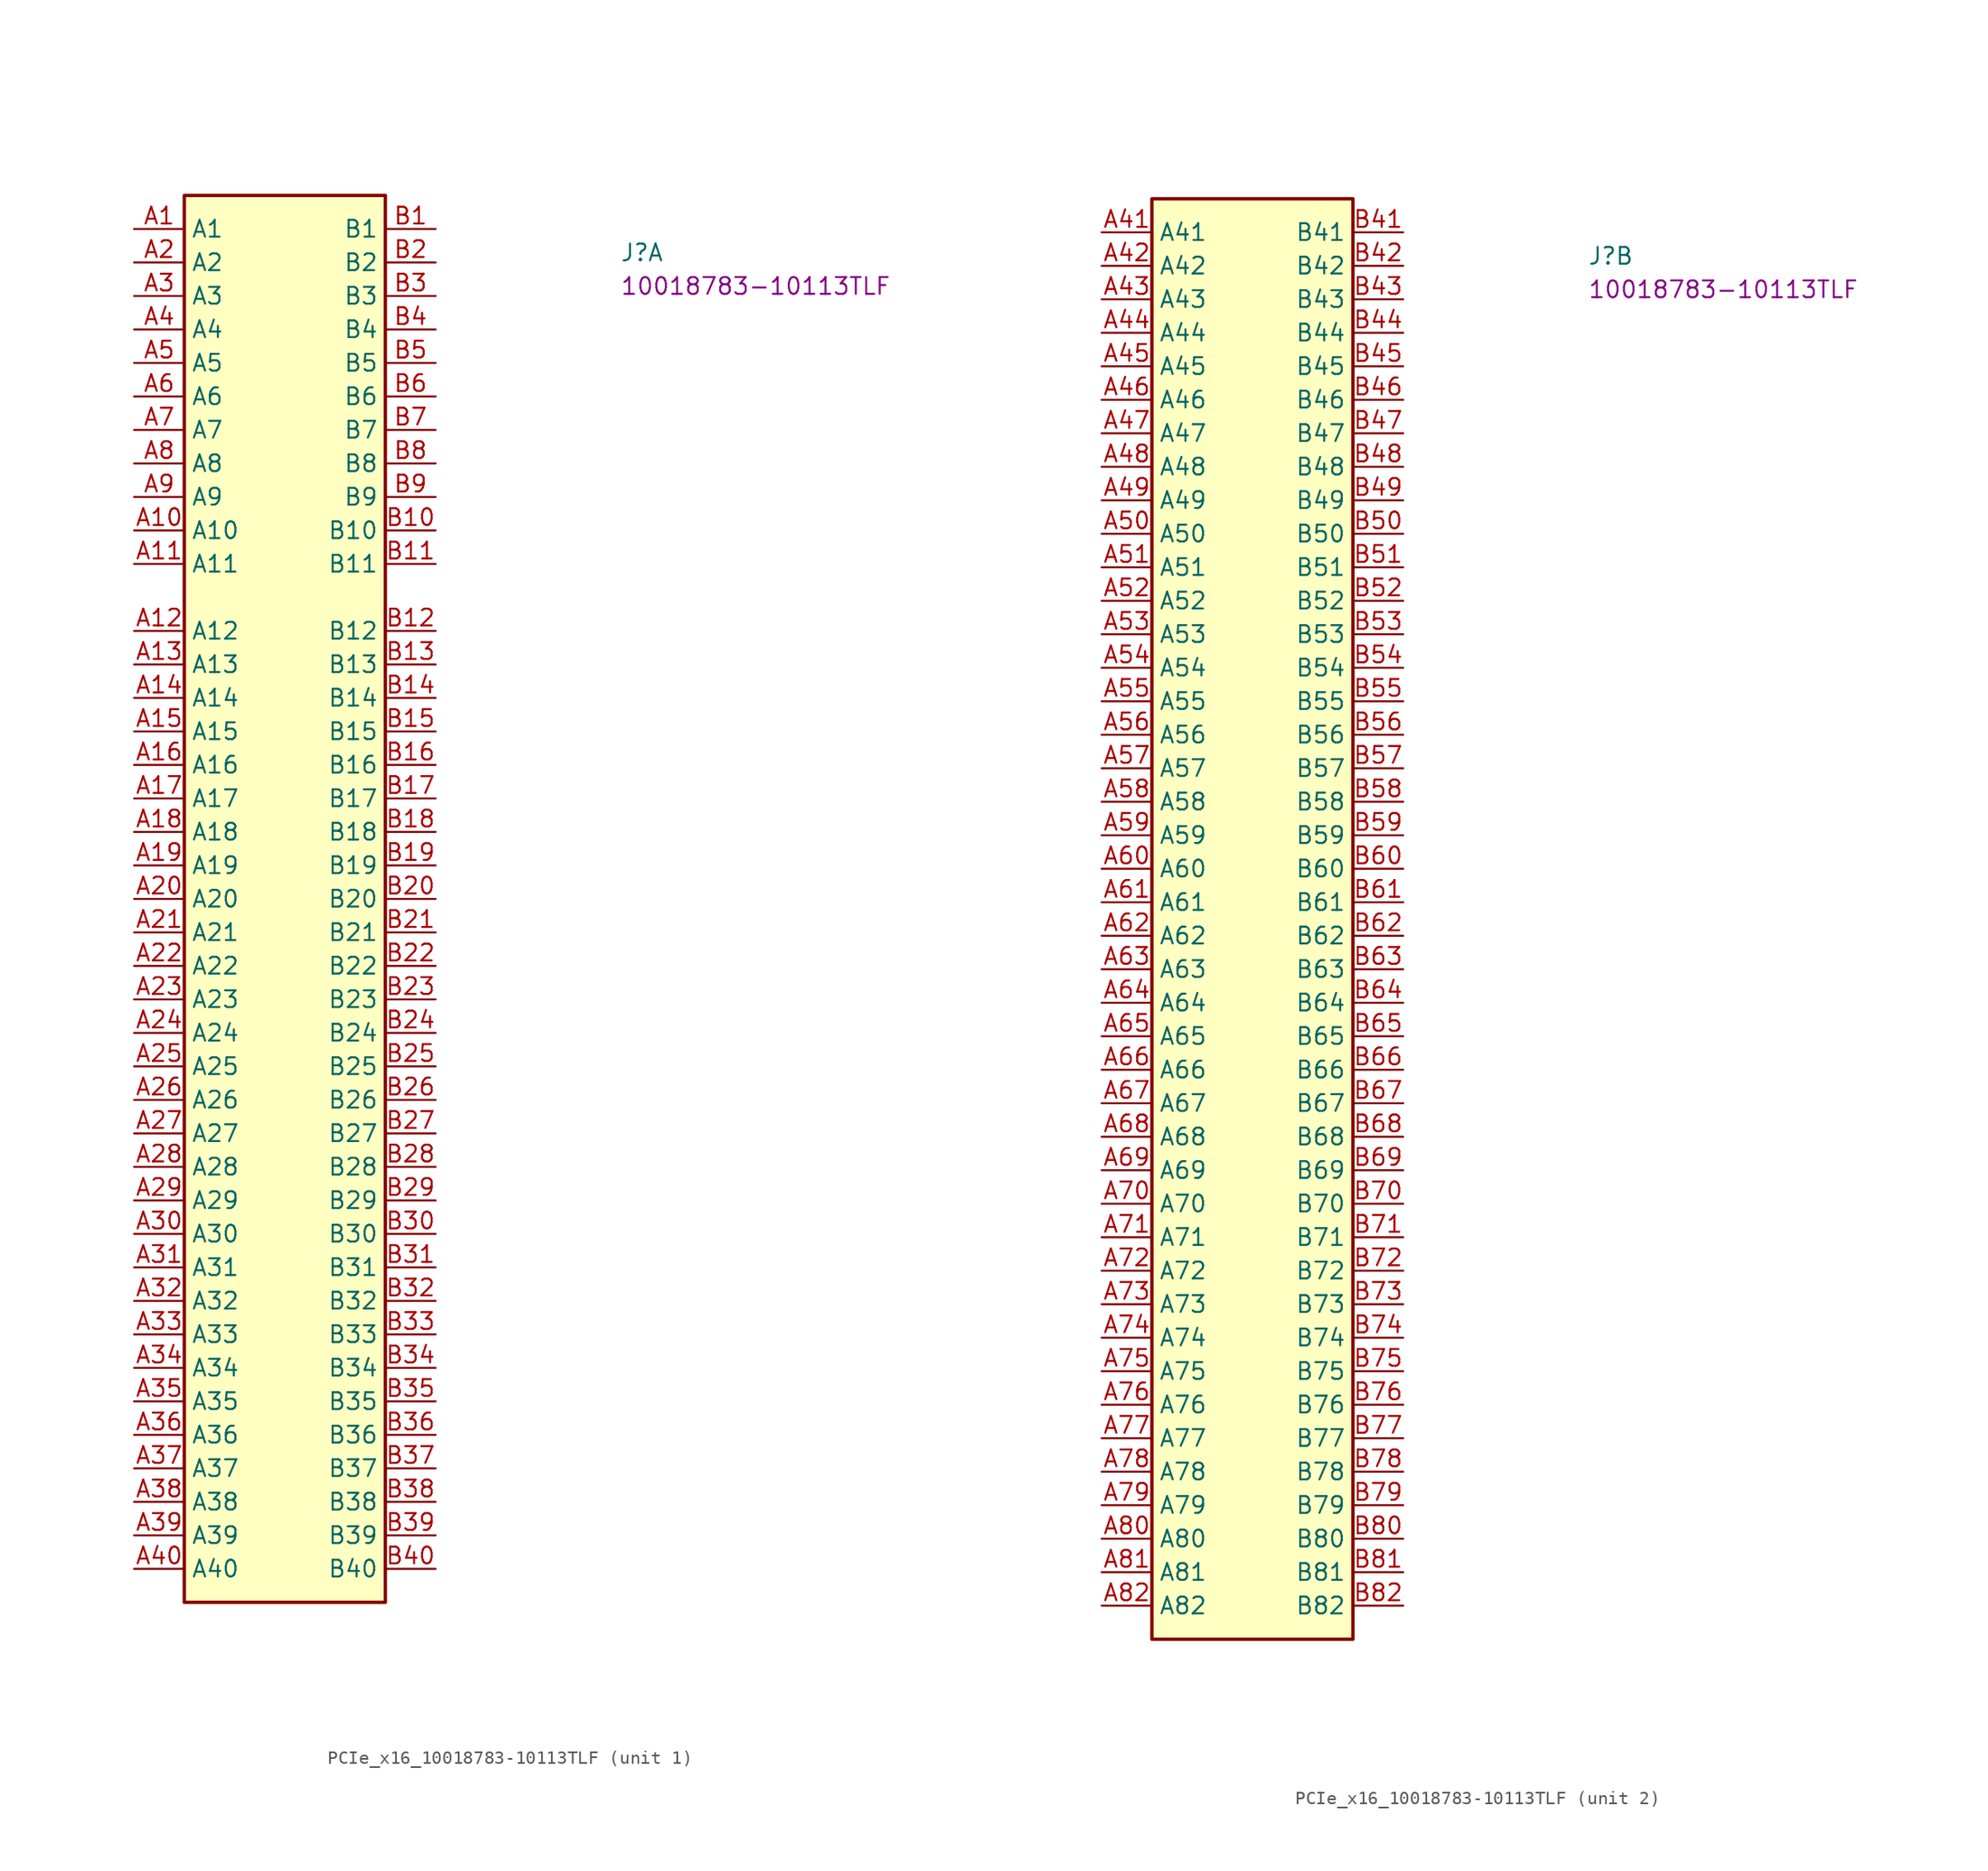
<source format=kicad_sym>
(kicad_symbol_lib
  (version 20220914)
  (generator kicad_symbol_editor)
  (symbol "PCIe_x16_10018783-10113TLF"
    (property "Reference" "J"
      (at 36.83 -2.54 0)
      (effects (font (size 1.27 1.27) (thickness 0.15)) (justify left bottom)))
    (property "MPN" "10018783-10113TLF"
      (at 36.83 -5.08 0)
      (effects (font (size 1.27 1.27) (thickness 0.15)) (justify left bottom)))
    (symbol "PCIe_x16_10018783-10113TLF_1_1"
      (rectangle (start 3.81 -104.14) (end 19.05 2.54) (stroke (width 0.254) (type default)) (fill (type background)))
      (pin passive line (at 0 0 0) (length 3.81) (name "A1" (effects (font (size 1.27 1.27)))) (number "A1" (effects (font (size 1.27 1.27)))))
      (pin passive line (at 0 -22.86 0) (length 3.81) (name "A10" (effects (font (size 1.27 1.27)))) (number "A10" (effects (font (size 1.27 1.27)))))
      (pin passive line (at 0 -25.4 0) (length 3.81) (name "A11" (effects (font (size 1.27 1.27)))) (number "A11" (effects (font (size 1.27 1.27)))))
      (pin passive line (at 0 -30.48 0) (length 3.81) (name "A12" (effects (font (size 1.27 1.27)))) (number "A12" (effects (font (size 1.27 1.27)))))
      (pin passive line (at 0 -33.02 0) (length 3.81) (name "A13" (effects (font (size 1.27 1.27)))) (number "A13" (effects (font (size 1.27 1.27)))))
      (pin passive line (at 0 -35.56 0) (length 3.81) (name "A14" (effects (font (size 1.27 1.27)))) (number "A14" (effects (font (size 1.27 1.27)))))
      (pin passive line (at 0 -38.1 0) (length 3.81) (name "A15" (effects (font (size 1.27 1.27)))) (number "A15" (effects (font (size 1.27 1.27)))))
      (pin passive line (at 0 -40.64 0) (length 3.81) (name "A16" (effects (font (size 1.27 1.27)))) (number "A16" (effects (font (size 1.27 1.27)))))
      (pin passive line (at 0 -43.18 0) (length 3.81) (name "A17" (effects (font (size 1.27 1.27)))) (number "A17" (effects (font (size 1.27 1.27)))))
      (pin passive line (at 0 -45.72 0) (length 3.81) (name "A18" (effects (font (size 1.27 1.27)))) (number "A18" (effects (font (size 1.27 1.27)))))
      (pin passive line (at 0 -48.26 0) (length 3.81) (name "A19" (effects (font (size 1.27 1.27)))) (number "A19" (effects (font (size 1.27 1.27)))))
      (pin passive line (at 0 -2.54 0) (length 3.81) (name "A2" (effects (font (size 1.27 1.27)))) (number "A2" (effects (font (size 1.27 1.27)))))
      (pin passive line (at 0 -50.8 0) (length 3.81) (name "A20" (effects (font (size 1.27 1.27)))) (number "A20" (effects (font (size 1.27 1.27)))))
      (pin passive line (at 0 -53.34 0) (length 3.81) (name "A21" (effects (font (size 1.27 1.27)))) (number "A21" (effects (font (size 1.27 1.27)))))
      (pin passive line (at 0 -55.88 0) (length 3.81) (name "A22" (effects (font (size 1.27 1.27)))) (number "A22" (effects (font (size 1.27 1.27)))))
      (pin passive line (at 0 -58.42 0) (length 3.81) (name "A23" (effects (font (size 1.27 1.27)))) (number "A23" (effects (font (size 1.27 1.27)))))
      (pin passive line (at 0 -60.96 0) (length 3.81) (name "A24" (effects (font (size 1.27 1.27)))) (number "A24" (effects (font (size 1.27 1.27)))))
      (pin passive line (at 0 -63.5 0) (length 3.81) (name "A25" (effects (font (size 1.27 1.27)))) (number "A25" (effects (font (size 1.27 1.27)))))
      (pin passive line (at 0 -66.04 0) (length 3.81) (name "A26" (effects (font (size 1.27 1.27)))) (number "A26" (effects (font (size 1.27 1.27)))))
      (pin passive line (at 0 -68.58 0) (length 3.81) (name "A27" (effects (font (size 1.27 1.27)))) (number "A27" (effects (font (size 1.27 1.27)))))
      (pin passive line (at 0 -71.12 0) (length 3.81) (name "A28" (effects (font (size 1.27 1.27)))) (number "A28" (effects (font (size 1.27 1.27)))))
      (pin passive line (at 0 -73.66 0) (length 3.81) (name "A29" (effects (font (size 1.27 1.27)))) (number "A29" (effects (font (size 1.27 1.27)))))
      (pin passive line (at 0 -5.08 0) (length 3.81) (name "A3" (effects (font (size 1.27 1.27)))) (number "A3" (effects (font (size 1.27 1.27)))))
      (pin passive line (at 0 -76.2 0) (length 3.81) (name "A30" (effects (font (size 1.27 1.27)))) (number "A30" (effects (font (size 1.27 1.27)))))
      (pin passive line (at 0 -78.74 0) (length 3.81) (name "A31" (effects (font (size 1.27 1.27)))) (number "A31" (effects (font (size 1.27 1.27)))))
      (pin passive line (at 0 -81.28 0) (length 3.81) (name "A32" (effects (font (size 1.27 1.27)))) (number "A32" (effects (font (size 1.27 1.27)))))
      (pin passive line (at 0 -83.82 0) (length 3.81) (name "A33" (effects (font (size 1.27 1.27)))) (number "A33" (effects (font (size 1.27 1.27)))))
      (pin passive line (at 0 -86.36 0) (length 3.81) (name "A34" (effects (font (size 1.27 1.27)))) (number "A34" (effects (font (size 1.27 1.27)))))
      (pin passive line (at 0 -88.9 0) (length 3.81) (name "A35" (effects (font (size 1.27 1.27)))) (number "A35" (effects (font (size 1.27 1.27)))))
      (pin passive line (at 0 -91.44 0) (length 3.81) (name "A36" (effects (font (size 1.27 1.27)))) (number "A36" (effects (font (size 1.27 1.27)))))
      (pin passive line (at 0 -93.98 0) (length 3.81) (name "A37" (effects (font (size 1.27 1.27)))) (number "A37" (effects (font (size 1.27 1.27)))))
      (pin passive line (at 0 -96.52 0) (length 3.81) (name "A38" (effects (font (size 1.27 1.27)))) (number "A38" (effects (font (size 1.27 1.27)))))
      (pin passive line (at 0 -99.06 0) (length 3.81) (name "A39" (effects (font (size 1.27 1.27)))) (number "A39" (effects (font (size 1.27 1.27)))))
      (pin passive line (at 0 -7.62 0) (length 3.81) (name "A4" (effects (font (size 1.27 1.27)))) (number "A4" (effects (font (size 1.27 1.27)))))
      (pin passive line (at 0 -101.6 0) (length 3.81) (name "A40" (effects (font (size 1.27 1.27)))) (number "A40" (effects (font (size 1.27 1.27)))))
      (pin passive line (at 0 -10.16 0) (length 3.81) (name "A5" (effects (font (size 1.27 1.27)))) (number "A5" (effects (font (size 1.27 1.27)))))
      (pin passive line (at 0 -12.7 0) (length 3.81) (name "A6" (effects (font (size 1.27 1.27)))) (number "A6" (effects (font (size 1.27 1.27)))))
      (pin passive line (at 0 -15.24 0) (length 3.81) (name "A7" (effects (font (size 1.27 1.27)))) (number "A7" (effects (font (size 1.27 1.27)))))
      (pin passive line (at 0 -17.78 0) (length 3.81) (name "A8" (effects (font (size 1.27 1.27)))) (number "A8" (effects (font (size 1.27 1.27)))))
      (pin passive line (at 0 -20.32 0) (length 3.81) (name "A9" (effects (font (size 1.27 1.27)))) (number "A9" (effects (font (size 1.27 1.27)))))
      (pin passive line (at 22.86 0 180) (length 3.81) (name "B1" (effects (font (size 1.27 1.27)))) (number "B1" (effects (font (size 1.27 1.27)))))
      (pin passive line (at 22.86 -22.86 180) (length 3.81) (name "B10" (effects (font (size 1.27 1.27)))) (number "B10" (effects (font (size 1.27 1.27)))))
      (pin passive line (at 22.86 -25.4 180) (length 3.81) (name "B11" (effects (font (size 1.27 1.27)))) (number "B11" (effects (font (size 1.27 1.27)))))
      (pin passive line (at 22.86 -30.48 180) (length 3.81) (name "B12" (effects (font (size 1.27 1.27)))) (number "B12" (effects (font (size 1.27 1.27)))))
      (pin passive line (at 22.86 -33.02 180) (length 3.81) (name "B13" (effects (font (size 1.27 1.27)))) (number "B13" (effects (font (size 1.27 1.27)))))
      (pin passive line (at 22.86 -35.56 180) (length 3.81) (name "B14" (effects (font (size 1.27 1.27)))) (number "B14" (effects (font (size 1.27 1.27)))))
      (pin passive line (at 22.86 -38.1 180) (length 3.81) (name "B15" (effects (font (size 1.27 1.27)))) (number "B15" (effects (font (size 1.27 1.27)))))
      (pin passive line (at 22.86 -40.64 180) (length 3.81) (name "B16" (effects (font (size 1.27 1.27)))) (number "B16" (effects (font (size 1.27 1.27)))))
      (pin passive line (at 22.86 -43.18 180) (length 3.81) (name "B17" (effects (font (size 1.27 1.27)))) (number "B17" (effects (font (size 1.27 1.27)))))
      (pin passive line (at 22.86 -45.72 180) (length 3.81) (name "B18" (effects (font (size 1.27 1.27)))) (number "B18" (effects (font (size 1.27 1.27)))))
      (pin passive line (at 22.86 -48.26 180) (length 3.81) (name "B19" (effects (font (size 1.27 1.27)))) (number "B19" (effects (font (size 1.27 1.27)))))
      (pin passive line (at 22.86 -2.54 180) (length 3.81) (name "B2" (effects (font (size 1.27 1.27)))) (number "B2" (effects (font (size 1.27 1.27)))))
      (pin passive line (at 22.86 -50.8 180) (length 3.81) (name "B20" (effects (font (size 1.27 1.27)))) (number "B20" (effects (font (size 1.27 1.27)))))
      (pin passive line (at 22.86 -53.34 180) (length 3.81) (name "B21" (effects (font (size 1.27 1.27)))) (number "B21" (effects (font (size 1.27 1.27)))))
      (pin passive line (at 22.86 -55.88 180) (length 3.81) (name "B22" (effects (font (size 1.27 1.27)))) (number "B22" (effects (font (size 1.27 1.27)))))
      (pin passive line (at 22.86 -58.42 180) (length 3.81) (name "B23" (effects (font (size 1.27 1.27)))) (number "B23" (effects (font (size 1.27 1.27)))))
      (pin passive line (at 22.86 -60.96 180) (length 3.81) (name "B24" (effects (font (size 1.27 1.27)))) (number "B24" (effects (font (size 1.27 1.27)))))
      (pin passive line (at 22.86 -63.5 180) (length 3.81) (name "B25" (effects (font (size 1.27 1.27)))) (number "B25" (effects (font (size 1.27 1.27)))))
      (pin passive line (at 22.86 -66.04 180) (length 3.81) (name "B26" (effects (font (size 1.27 1.27)))) (number "B26" (effects (font (size 1.27 1.27)))))
      (pin passive line (at 22.86 -68.58 180) (length 3.81) (name "B27" (effects (font (size 1.27 1.27)))) (number "B27" (effects (font (size 1.27 1.27)))))
      (pin passive line (at 22.86 -71.12 180) (length 3.81) (name "B28" (effects (font (size 1.27 1.27)))) (number "B28" (effects (font (size 1.27 1.27)))))
      (pin passive line (at 22.86 -73.66 180) (length 3.81) (name "B29" (effects (font (size 1.27 1.27)))) (number "B29" (effects (font (size 1.27 1.27)))))
      (pin passive line (at 22.86 -5.08 180) (length 3.81) (name "B3" (effects (font (size 1.27 1.27)))) (number "B3" (effects (font (size 1.27 1.27)))))
      (pin passive line (at 22.86 -76.2 180) (length 3.81) (name "B30" (effects (font (size 1.27 1.27)))) (number "B30" (effects (font (size 1.27 1.27)))))
      (pin passive line (at 22.86 -78.74 180) (length 3.81) (name "B31" (effects (font (size 1.27 1.27)))) (number "B31" (effects (font (size 1.27 1.27)))))
      (pin passive line (at 22.86 -81.28 180) (length 3.81) (name "B32" (effects (font (size 1.27 1.27)))) (number "B32" (effects (font (size 1.27 1.27)))))
      (pin passive line (at 22.86 -83.82 180) (length 3.81) (name "B33" (effects (font (size 1.27 1.27)))) (number "B33" (effects (font (size 1.27 1.27)))))
      (pin passive line (at 22.86 -86.36 180) (length 3.81) (name "B34" (effects (font (size 1.27 1.27)))) (number "B34" (effects (font (size 1.27 1.27)))))
      (pin passive line (at 22.86 -88.9 180) (length 3.81) (name "B35" (effects (font (size 1.27 1.27)))) (number "B35" (effects (font (size 1.27 1.27)))))
      (pin passive line (at 22.86 -91.44 180) (length 3.81) (name "B36" (effects (font (size 1.27 1.27)))) (number "B36" (effects (font (size 1.27 1.27)))))
      (pin passive line (at 22.86 -93.98 180) (length 3.81) (name "B37" (effects (font (size 1.27 1.27)))) (number "B37" (effects (font (size 1.27 1.27)))))
      (pin passive line (at 22.86 -96.52 180) (length 3.81) (name "B38" (effects (font (size 1.27 1.27)))) (number "B38" (effects (font (size 1.27 1.27)))))
      (pin passive line (at 22.86 -99.06 180) (length 3.81) (name "B39" (effects (font (size 1.27 1.27)))) (number "B39" (effects (font (size 1.27 1.27)))))
      (pin passive line (at 22.86 -7.62 180) (length 3.81) (name "B4" (effects (font (size 1.27 1.27)))) (number "B4" (effects (font (size 1.27 1.27)))))
      (pin passive line (at 22.86 -101.6 180) (length 3.81) (name "B40" (effects (font (size 1.27 1.27)))) (number "B40" (effects (font (size 1.27 1.27)))))
      (pin passive line (at 22.86 -10.16 180) (length 3.81) (name "B5" (effects (font (size 1.27 1.27)))) (number "B5" (effects (font (size 1.27 1.27)))))
      (pin passive line (at 22.86 -12.7 180) (length 3.81) (name "B6" (effects (font (size 1.27 1.27)))) (number "B6" (effects (font (size 1.27 1.27)))))
      (pin passive line (at 22.86 -15.24 180) (length 3.81) (name "B7" (effects (font (size 1.27 1.27)))) (number "B7" (effects (font (size 1.27 1.27)))))
      (pin passive line (at 22.86 -17.78 180) (length 3.81) (name "B8" (effects (font (size 1.27 1.27)))) (number "B8" (effects (font (size 1.27 1.27)))))
      (pin passive line (at 22.86 -20.32 180) (length 3.81) (name "B9" (effects (font (size 1.27 1.27)))) (number "B9" (effects (font (size 1.27 1.27))))))
    (symbol "PCIe_x16_10018783-10113TLF_2_1"
      (rectangle (start 3.81 -106.68) (end 19.05 2.54) (stroke (width 0.254) (type default)) (fill (type background)))
      (pin passive line (at 0 0 0) (length 3.81) (name "A41" (effects (font (size 1.27 1.27)))) (number "A41" (effects (font (size 1.27 1.27)))))
      (pin passive line (at 0 -2.54 0) (length 3.81) (name "A42" (effects (font (size 1.27 1.27)))) (number "A42" (effects (font (size 1.27 1.27)))))
      (pin passive line (at 0 -5.08 0) (length 3.81) (name "A43" (effects (font (size 1.27 1.27)))) (number "A43" (effects (font (size 1.27 1.27)))))
      (pin passive line (at 0 -7.62 0) (length 3.81) (name "A44" (effects (font (size 1.27 1.27)))) (number "A44" (effects (font (size 1.27 1.27)))))
      (pin passive line (at 0 -10.16 0) (length 3.81) (name "A45" (effects (font (size 1.27 1.27)))) (number "A45" (effects (font (size 1.27 1.27)))))
      (pin passive line (at 0 -12.7 0) (length 3.81) (name "A46" (effects (font (size 1.27 1.27)))) (number "A46" (effects (font (size 1.27 1.27)))))
      (pin passive line (at 0 -15.24 0) (length 3.81) (name "A47" (effects (font (size 1.27 1.27)))) (number "A47" (effects (font (size 1.27 1.27)))))
      (pin passive line (at 0 -17.78 0) (length 3.81) (name "A48" (effects (font (size 1.27 1.27)))) (number "A48" (effects (font (size 1.27 1.27)))))
      (pin passive line (at 0 -20.32 0) (length 3.81) (name "A49" (effects (font (size 1.27 1.27)))) (number "A49" (effects (font (size 1.27 1.27)))))
      (pin passive line (at 0 -22.86 0) (length 3.81) (name "A50" (effects (font (size 1.27 1.27)))) (number "A50" (effects (font (size 1.27 1.27)))))
      (pin passive line (at 0 -25.4 0) (length 3.81) (name "A51" (effects (font (size 1.27 1.27)))) (number "A51" (effects (font (size 1.27 1.27)))))
      (pin passive line (at 0 -27.94 0) (length 3.81) (name "A52" (effects (font (size 1.27 1.27)))) (number "A52" (effects (font (size 1.27 1.27)))))
      (pin passive line (at 0 -30.48 0) (length 3.81) (name "A53" (effects (font (size 1.27 1.27)))) (number "A53" (effects (font (size 1.27 1.27)))))
      (pin passive line (at 0 -33.02 0) (length 3.81) (name "A54" (effects (font (size 1.27 1.27)))) (number "A54" (effects (font (size 1.27 1.27)))))
      (pin passive line (at 0 -35.56 0) (length 3.81) (name "A55" (effects (font (size 1.27 1.27)))) (number "A55" (effects (font (size 1.27 1.27)))))
      (pin passive line (at 0 -38.1 0) (length 3.81) (name "A56" (effects (font (size 1.27 1.27)))) (number "A56" (effects (font (size 1.27 1.27)))))
      (pin passive line (at 0 -40.64 0) (length 3.81) (name "A57" (effects (font (size 1.27 1.27)))) (number "A57" (effects (font (size 1.27 1.27)))))
      (pin passive line (at 0 -43.18 0) (length 3.81) (name "A58" (effects (font (size 1.27 1.27)))) (number "A58" (effects (font (size 1.27 1.27)))))
      (pin passive line (at 0 -45.72 0) (length 3.81) (name "A59" (effects (font (size 1.27 1.27)))) (number "A59" (effects (font (size 1.27 1.27)))))
      (pin passive line (at 0 -48.26 0) (length 3.81) (name "A60" (effects (font (size 1.27 1.27)))) (number "A60" (effects (font (size 1.27 1.27)))))
      (pin passive line (at 0 -50.8 0) (length 3.81) (name "A61" (effects (font (size 1.27 1.27)))) (number "A61" (effects (font (size 1.27 1.27)))))
      (pin passive line (at 0 -53.34 0) (length 3.81) (name "A62" (effects (font (size 1.27 1.27)))) (number "A62" (effects (font (size 1.27 1.27)))))
      (pin passive line (at 0 -55.88 0) (length 3.81) (name "A63" (effects (font (size 1.27 1.27)))) (number "A63" (effects (font (size 1.27 1.27)))))
      (pin passive line (at 0 -58.42 0) (length 3.81) (name "A64" (effects (font (size 1.27 1.27)))) (number "A64" (effects (font (size 1.27 1.27)))))
      (pin passive line (at 0 -60.96 0) (length 3.81) (name "A65" (effects (font (size 1.27 1.27)))) (number "A65" (effects (font (size 1.27 1.27)))))
      (pin passive line (at 0 -63.5 0) (length 3.81) (name "A66" (effects (font (size 1.27 1.27)))) (number "A66" (effects (font (size 1.27 1.27)))))
      (pin passive line (at 0 -66.04 0) (length 3.81) (name "A67" (effects (font (size 1.27 1.27)))) (number "A67" (effects (font (size 1.27 1.27)))))
      (pin passive line (at 0 -68.58 0) (length 3.81) (name "A68" (effects (font (size 1.27 1.27)))) (number "A68" (effects (font (size 1.27 1.27)))))
      (pin passive line (at 0 -71.12 0) (length 3.81) (name "A69" (effects (font (size 1.27 1.27)))) (number "A69" (effects (font (size 1.27 1.27)))))
      (pin passive line (at 0 -73.66 0) (length 3.81) (name "A70" (effects (font (size 1.27 1.27)))) (number "A70" (effects (font (size 1.27 1.27)))))
      (pin passive line (at 0 -76.2 0) (length 3.81) (name "A71" (effects (font (size 1.27 1.27)))) (number "A71" (effects (font (size 1.27 1.27)))))
      (pin passive line (at 0 -78.74 0) (length 3.81) (name "A72" (effects (font (size 1.27 1.27)))) (number "A72" (effects (font (size 1.27 1.27)))))
      (pin passive line (at 0 -81.28 0) (length 3.81) (name "A73" (effects (font (size 1.27 1.27)))) (number "A73" (effects (font (size 1.27 1.27)))))
      (pin passive line (at 0 -83.82 0) (length 3.81) (name "A74" (effects (font (size 1.27 1.27)))) (number "A74" (effects (font (size 1.27 1.27)))))
      (pin passive line (at 0 -86.36 0) (length 3.81) (name "A75" (effects (font (size 1.27 1.27)))) (number "A75" (effects (font (size 1.27 1.27)))))
      (pin passive line (at 0 -88.9 0) (length 3.81) (name "A76" (effects (font (size 1.27 1.27)))) (number "A76" (effects (font (size 1.27 1.27)))))
      (pin passive line (at 0 -91.44 0) (length 3.81) (name "A77" (effects (font (size 1.27 1.27)))) (number "A77" (effects (font (size 1.27 1.27)))))
      (pin passive line (at 0 -93.98 0) (length 3.81) (name "A78" (effects (font (size 1.27 1.27)))) (number "A78" (effects (font (size 1.27 1.27)))))
      (pin passive line (at 0 -96.52 0) (length 3.81) (name "A79" (effects (font (size 1.27 1.27)))) (number "A79" (effects (font (size 1.27 1.27)))))
      (pin passive line (at 0 -99.06 0) (length 3.81) (name "A80" (effects (font (size 1.27 1.27)))) (number "A80" (effects (font (size 1.27 1.27)))))
      (pin passive line (at 0 -101.6 0) (length 3.81) (name "A81" (effects (font (size 1.27 1.27)))) (number "A81" (effects (font (size 1.27 1.27)))))
      (pin passive line (at 0 -104.14 0) (length 3.81) (name "A82" (effects (font (size 1.27 1.27)))) (number "A82" (effects (font (size 1.27 1.27)))))
      (pin passive line (at 22.86 0 180) (length 3.81) (name "B41" (effects (font (size 1.27 1.27)))) (number "B41" (effects (font (size 1.27 1.27)))))
      (pin passive line (at 22.86 -2.54 180) (length 3.81) (name "B42" (effects (font (size 1.27 1.27)))) (number "B42" (effects (font (size 1.27 1.27)))))
      (pin passive line (at 22.86 -5.08 180) (length 3.81) (name "B43" (effects (font (size 1.27 1.27)))) (number "B43" (effects (font (size 1.27 1.27)))))
      (pin passive line (at 22.86 -7.62 180) (length 3.81) (name "B44" (effects (font (size 1.27 1.27)))) (number "B44" (effects (font (size 1.27 1.27)))))
      (pin passive line (at 22.86 -10.16 180) (length 3.81) (name "B45" (effects (font (size 1.27 1.27)))) (number "B45" (effects (font (size 1.27 1.27)))))
      (pin passive line (at 22.86 -12.7 180) (length 3.81) (name "B46" (effects (font (size 1.27 1.27)))) (number "B46" (effects (font (size 1.27 1.27)))))
      (pin passive line (at 22.86 -15.24 180) (length 3.81) (name "B47" (effects (font (size 1.27 1.27)))) (number "B47" (effects (font (size 1.27 1.27)))))
      (pin passive line (at 22.86 -17.78 180) (length 3.81) (name "B48" (effects (font (size 1.27 1.27)))) (number "B48" (effects (font (size 1.27 1.27)))))
      (pin passive line (at 22.86 -20.32 180) (length 3.81) (name "B49" (effects (font (size 1.27 1.27)))) (number "B49" (effects (font (size 1.27 1.27)))))
      (pin passive line (at 22.86 -22.86 180) (length 3.81) (name "B50" (effects (font (size 1.27 1.27)))) (number "B50" (effects (font (size 1.27 1.27)))))
      (pin passive line (at 22.86 -25.4 180) (length 3.81) (name "B51" (effects (font (size 1.27 1.27)))) (number "B51" (effects (font (size 1.27 1.27)))))
      (pin passive line (at 22.86 -27.94 180) (length 3.81) (name "B52" (effects (font (size 1.27 1.27)))) (number "B52" (effects (font (size 1.27 1.27)))))
      (pin passive line (at 22.86 -30.48 180) (length 3.81) (name "B53" (effects (font (size 1.27 1.27)))) (number "B53" (effects (font (size 1.27 1.27)))))
      (pin passive line (at 22.86 -33.02 180) (length 3.81) (name "B54" (effects (font (size 1.27 1.27)))) (number "B54" (effects (font (size 1.27 1.27)))))
      (pin passive line (at 22.86 -35.56 180) (length 3.81) (name "B55" (effects (font (size 1.27 1.27)))) (number "B55" (effects (font (size 1.27 1.27)))))
      (pin passive line (at 22.86 -38.1 180) (length 3.81) (name "B56" (effects (font (size 1.27 1.27)))) (number "B56" (effects (font (size 1.27 1.27)))))
      (pin passive line (at 22.86 -40.64 180) (length 3.81) (name "B57" (effects (font (size 1.27 1.27)))) (number "B57" (effects (font (size 1.27 1.27)))))
      (pin passive line (at 22.86 -43.18 180) (length 3.81) (name "B58" (effects (font (size 1.27 1.27)))) (number "B58" (effects (font (size 1.27 1.27)))))
      (pin passive line (at 22.86 -45.72 180) (length 3.81) (name "B59" (effects (font (size 1.27 1.27)))) (number "B59" (effects (font (size 1.27 1.27)))))
      (pin passive line (at 22.86 -48.26 180) (length 3.81) (name "B60" (effects (font (size 1.27 1.27)))) (number "B60" (effects (font (size 1.27 1.27)))))
      (pin passive line (at 22.86 -50.8 180) (length 3.81) (name "B61" (effects (font (size 1.27 1.27)))) (number "B61" (effects (font (size 1.27 1.27)))))
      (pin passive line (at 22.86 -53.34 180) (length 3.81) (name "B62" (effects (font (size 1.27 1.27)))) (number "B62" (effects (font (size 1.27 1.27)))))
      (pin passive line (at 22.86 -55.88 180) (length 3.81) (name "B63" (effects (font (size 1.27 1.27)))) (number "B63" (effects (font (size 1.27 1.27)))))
      (pin passive line (at 22.86 -58.42 180) (length 3.81) (name "B64" (effects (font (size 1.27 1.27)))) (number "B64" (effects (font (size 1.27 1.27)))))
      (pin passive line (at 22.86 -60.96 180) (length 3.81) (name "B65" (effects (font (size 1.27 1.27)))) (number "B65" (effects (font (size 1.27 1.27)))))
      (pin passive line (at 22.86 -63.5 180) (length 3.81) (name "B66" (effects (font (size 1.27 1.27)))) (number "B66" (effects (font (size 1.27 1.27)))))
      (pin passive line (at 22.86 -66.04 180) (length 3.81) (name "B67" (effects (font (size 1.27 1.27)))) (number "B67" (effects (font (size 1.27 1.27)))))
      (pin passive line (at 22.86 -68.58 180) (length 3.81) (name "B68" (effects (font (size 1.27 1.27)))) (number "B68" (effects (font (size 1.27 1.27)))))
      (pin passive line (at 22.86 -71.12 180) (length 3.81) (name "B69" (effects (font (size 1.27 1.27)))) (number "B69" (effects (font (size 1.27 1.27)))))
      (pin passive line (at 22.86 -73.66 180) (length 3.81) (name "B70" (effects (font (size 1.27 1.27)))) (number "B70" (effects (font (size 1.27 1.27)))))
      (pin passive line (at 22.86 -76.2 180) (length 3.81) (name "B71" (effects (font (size 1.27 1.27)))) (number "B71" (effects (font (size 1.27 1.27)))))
      (pin passive line (at 22.86 -78.74 180) (length 3.81) (name "B72" (effects (font (size 1.27 1.27)))) (number "B72" (effects (font (size 1.27 1.27)))))
      (pin passive line (at 22.86 -81.28 180) (length 3.81) (name "B73" (effects (font (size 1.27 1.27)))) (number "B73" (effects (font (size 1.27 1.27)))))
      (pin passive line (at 22.86 -83.82 180) (length 3.81) (name "B74" (effects (font (size 1.27 1.27)))) (number "B74" (effects (font (size 1.27 1.27)))))
      (pin passive line (at 22.86 -86.36 180) (length 3.81) (name "B75" (effects (font (size 1.27 1.27)))) (number "B75" (effects (font (size 1.27 1.27)))))
      (pin passive line (at 22.86 -88.9 180) (length 3.81) (name "B76" (effects (font (size 1.27 1.27)))) (number "B76" (effects (font (size 1.27 1.27)))))
      (pin passive line (at 22.86 -91.44 180) (length 3.81) (name "B77" (effects (font (size 1.27 1.27)))) (number "B77" (effects (font (size 1.27 1.27)))))
      (pin passive line (at 22.86 -93.98 180) (length 3.81) (name "B78" (effects (font (size 1.27 1.27)))) (number "B78" (effects (font (size 1.27 1.27)))))
      (pin passive line (at 22.86 -96.52 180) (length 3.81) (name "B79" (effects (font (size 1.27 1.27)))) (number "B79" (effects (font (size 1.27 1.27)))))
      (pin passive line (at 22.86 -99.06 180) (length 3.81) (name "B80" (effects (font (size 1.27 1.27)))) (number "B80" (effects (font (size 1.27 1.27)))))
      (pin passive line (at 22.86 -101.6 180) (length 3.81) (name "B81" (effects (font (size 1.27 1.27)))) (number "B81" (effects (font (size 1.27 1.27)))))
      (pin passive line (at 22.86 -104.14 180) (length 3.81) (name "B82" (effects (font (size 1.27 1.27)))) (number "B82" (effects (font (size 1.27 1.27))))))))
</source>
